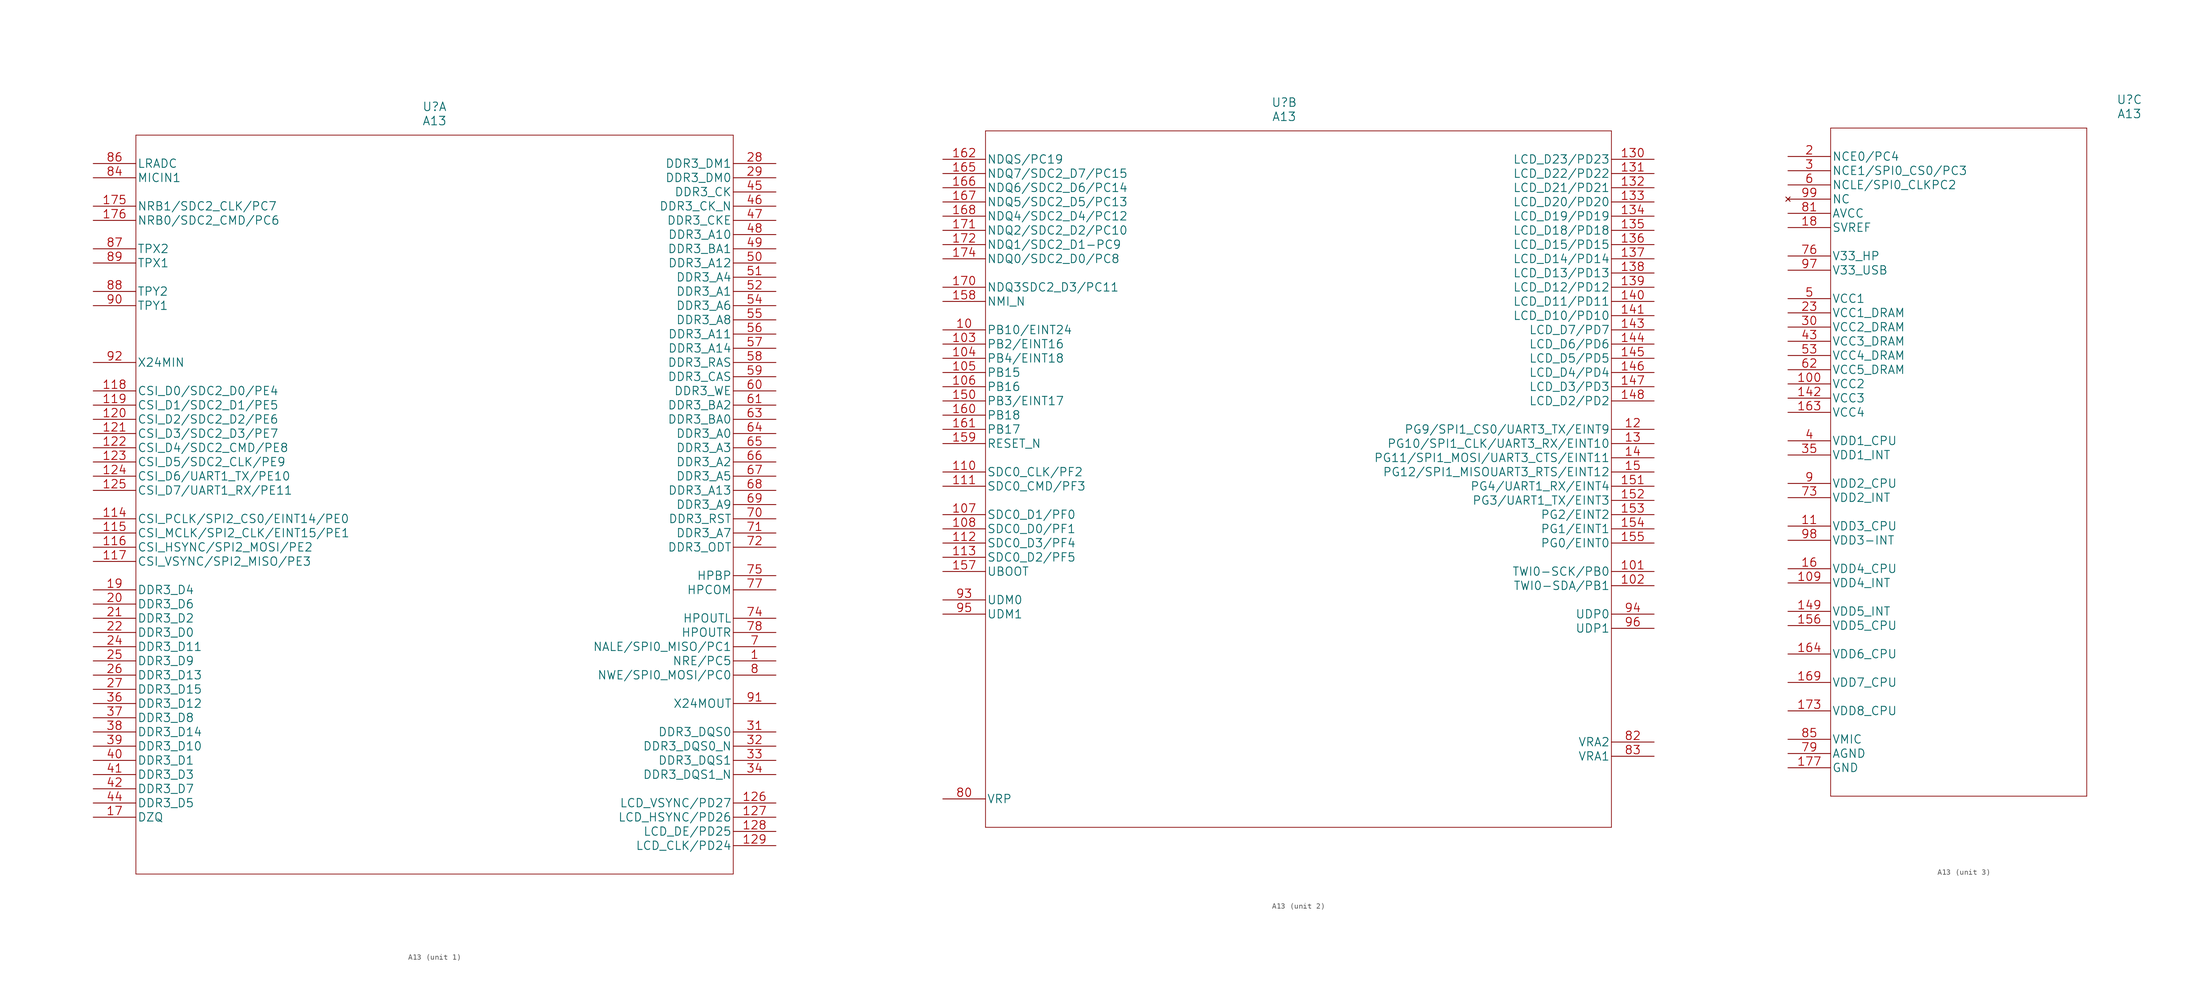
<source format=kicad_sym>
(kicad_symbol_lib
  (version 20201005)
  (generator kicad_symbol_editor)
  (symbol "a13_func:A13"
    (pin_names
      (offset 0.254))
    (property "Reference" "U"
      (at 60.96 10.16 0)
      (effects (font (size 1.524 1.524))))
    (property "Value" "A13"
      (at 60.96 7.62 0)
      (effects (font (size 1.524 1.524))))
    (property "Datasheet" ""
      (at 0 0 0)
      (effects (font (size 1.524 1.524))))
    (property "ki_locked" ""
      (at 0 0 0)
      (effects (font (size 1.27 1.27))))
    (symbol "A13_1_1"
      (polyline (pts (xy 7.62 -127) (xy 114.3 -127)) (stroke (width 0.127)) (fill (type none)))
      (polyline (pts (xy 7.62 5.08) (xy 7.62 -127)) (stroke (width 0.127)) (fill (type none)))
      (polyline (pts (xy 114.3 -127) (xy 114.3 5.08)) (stroke (width 0.127)) (fill (type none)))
      (polyline (pts (xy 114.3 5.08) (xy 7.62 5.08)) (stroke (width 0.127)) (fill (type none)))
      (pin output line (at 121.92 -88.9 180) (length 7.62) (name "NRE/PC5" (effects (font (size 1.499 1.499)))) (number "1" (effects (font (size 1.499 1.499)))))
      (pin bidirectional line (at 0 -63.5 0) (length 7.62) (name "CSI_PCLK/SPI2_CS0/EINT14/PE0" (effects (font (size 1.499 1.499)))) (number "114" (effects (font (size 1.499 1.499)))))
      (pin bidirectional line (at 0 -66.04 0) (length 7.62) (name "CSI_MCLK/SPI2_CLK/EINT15/PE1" (effects (font (size 1.499 1.499)))) (number "115" (effects (font (size 1.499 1.499)))))
      (pin bidirectional line (at 0 -68.58 0) (length 7.62) (name "CSI_HSYNC/SPI2_MOSI/PE2" (effects (font (size 1.499 1.499)))) (number "116" (effects (font (size 1.499 1.499)))))
      (pin bidirectional line (at 0 -71.12 0) (length 7.62) (name "CSI_VSYNC/SPI2_MISO/PE3" (effects (font (size 1.499 1.499)))) (number "117" (effects (font (size 1.499 1.499)))))
      (pin bidirectional line (at 0 -40.64 0) (length 7.62) (name "CSI_D0/SDC2_D0/PE4" (effects (font (size 1.499 1.499)))) (number "118" (effects (font (size 1.499 1.499)))))
      (pin bidirectional line (at 0 -43.18 0) (length 7.62) (name "CSI_D1/SDC2_D1/PE5" (effects (font (size 1.499 1.499)))) (number "119" (effects (font (size 1.499 1.499)))))
      (pin bidirectional line (at 0 -45.72 0) (length 7.62) (name "CSI_D2/SDC2_D2/PE6" (effects (font (size 1.499 1.499)))) (number "120" (effects (font (size 1.499 1.499)))))
      (pin bidirectional line (at 0 -48.26 0) (length 7.62) (name "CSI_D3/SDC2_D3/PE7" (effects (font (size 1.499 1.499)))) (number "121" (effects (font (size 1.499 1.499)))))
      (pin bidirectional line (at 0 -50.8 0) (length 7.62) (name "CSI_D4/SDC2_CMD/PE8" (effects (font (size 1.499 1.499)))) (number "122" (effects (font (size 1.499 1.499)))))
      (pin bidirectional line (at 0 -53.34 0) (length 7.62) (name "CSI_D5/SDC2_CLK/PE9" (effects (font (size 1.499 1.499)))) (number "123" (effects (font (size 1.499 1.499)))))
      (pin bidirectional line (at 0 -55.88 0) (length 7.62) (name "CSI_D6/UART1_TX/PE10" (effects (font (size 1.499 1.499)))) (number "124" (effects (font (size 1.499 1.499)))))
      (pin bidirectional line (at 0 -58.42 0) (length 7.62) (name "CSI_D7/UART1_RX/PE11" (effects (font (size 1.499 1.499)))) (number "125" (effects (font (size 1.499 1.499)))))
      (pin bidirectional line (at 121.92 -114.3 180) (length 7.62) (name "LCD_VSYNC/PD27" (effects (font (size 1.499 1.499)))) (number "126" (effects (font (size 1.499 1.499)))))
      (pin bidirectional line (at 121.92 -116.84 180) (length 7.62) (name "LCD_HSYNC/PD26" (effects (font (size 1.499 1.499)))) (number "127" (effects (font (size 1.499 1.499)))))
      (pin bidirectional line (at 121.92 -119.38 180) (length 7.62) (name "LCD_DE/PD25" (effects (font (size 1.499 1.499)))) (number "128" (effects (font (size 1.499 1.499)))))
      (pin bidirectional line (at 121.92 -121.92 180) (length 7.62) (name "LCD_CLK/PD24" (effects (font (size 1.499 1.499)))) (number "129" (effects (font (size 1.499 1.499)))))
      (pin unspecified line (at 0 -116.84 0) (length 7.62) (name "DZQ" (effects (font (size 1.499 1.499)))) (number "17" (effects (font (size 1.499 1.499)))))
      (pin input line (at 0 -7.62 0) (length 7.62) (name "NRB1/SDC2_CLK/PC7" (effects (font (size 1.499 1.499)))) (number "175" (effects (font (size 1.499 1.499)))))
      (pin input line (at 0 -10.16 0) (length 7.62) (name "NRB0/SDC2_CMD/PC6" (effects (font (size 1.499 1.499)))) (number "176" (effects (font (size 1.499 1.499)))))
      (pin bidirectional line (at 0 -76.2 0) (length 7.62) (name "DDR3_D4" (effects (font (size 1.499 1.499)))) (number "19" (effects (font (size 1.499 1.499)))))
      (pin bidirectional line (at 0 -78.74 0) (length 7.62) (name "DDR3_D6" (effects (font (size 1.499 1.499)))) (number "20" (effects (font (size 1.499 1.499)))))
      (pin bidirectional line (at 0 -81.28 0) (length 7.62) (name "DDR3_D2" (effects (font (size 1.499 1.499)))) (number "21" (effects (font (size 1.499 1.499)))))
      (pin bidirectional line (at 0 -83.82 0) (length 7.62) (name "DDR3_D0" (effects (font (size 1.499 1.499)))) (number "22" (effects (font (size 1.499 1.499)))))
      (pin bidirectional line (at 0 -86.36 0) (length 7.62) (name "DDR3_D11" (effects (font (size 1.499 1.499)))) (number "24" (effects (font (size 1.499 1.499)))))
      (pin bidirectional line (at 0 -88.9 0) (length 7.62) (name "DDR3_D9" (effects (font (size 1.499 1.499)))) (number "25" (effects (font (size 1.499 1.499)))))
      (pin bidirectional line (at 0 -91.44 0) (length 7.62) (name "DDR3_D13" (effects (font (size 1.499 1.499)))) (number "26" (effects (font (size 1.499 1.499)))))
      (pin bidirectional line (at 0 -93.98 0) (length 7.62) (name "DDR3_D15" (effects (font (size 1.499 1.499)))) (number "27" (effects (font (size 1.499 1.499)))))
      (pin output line (at 121.92 0 180) (length 7.62) (name "DDR3_DM1" (effects (font (size 1.499 1.499)))) (number "28" (effects (font (size 1.499 1.499)))))
      (pin output line (at 121.92 -2.54 180) (length 7.62) (name "DDR3_DM0" (effects (font (size 1.499 1.499)))) (number "29" (effects (font (size 1.499 1.499)))))
      (pin bidirectional line (at 121.92 -101.6 180) (length 7.62) (name "DDR3_DQS0" (effects (font (size 1.499 1.499)))) (number "31" (effects (font (size 1.499 1.499)))))
      (pin bidirectional line (at 121.92 -104.14 180) (length 7.62) (name "DDR3_DQS0_N" (effects (font (size 1.499 1.499)))) (number "32" (effects (font (size 1.499 1.499)))))
      (pin bidirectional line (at 121.92 -106.68 180) (length 7.62) (name "DDR3_DQS1" (effects (font (size 1.499 1.499)))) (number "33" (effects (font (size 1.499 1.499)))))
      (pin bidirectional line (at 121.92 -109.22 180) (length 7.62) (name "DDR3_DQS1_N" (effects (font (size 1.499 1.499)))) (number "34" (effects (font (size 1.499 1.499)))))
      (pin bidirectional line (at 0 -96.52 0) (length 7.62) (name "DDR3_D12" (effects (font (size 1.499 1.499)))) (number "36" (effects (font (size 1.499 1.499)))))
      (pin bidirectional line (at 0 -99.06 0) (length 7.62) (name "DDR3_D8" (effects (font (size 1.499 1.499)))) (number "37" (effects (font (size 1.499 1.499)))))
      (pin bidirectional line (at 0 -101.6 0) (length 7.62) (name "DDR3_D14" (effects (font (size 1.499 1.499)))) (number "38" (effects (font (size 1.499 1.499)))))
      (pin bidirectional line (at 0 -104.14 0) (length 7.62) (name "DDR3_D10" (effects (font (size 1.499 1.499)))) (number "39" (effects (font (size 1.499 1.499)))))
      (pin bidirectional line (at 0 -106.68 0) (length 7.62) (name "DDR3_D1" (effects (font (size 1.499 1.499)))) (number "40" (effects (font (size 1.499 1.499)))))
      (pin bidirectional line (at 0 -109.22 0) (length 7.62) (name "DDR3_D3" (effects (font (size 1.499 1.499)))) (number "41" (effects (font (size 1.499 1.499)))))
      (pin bidirectional line (at 0 -111.76 0) (length 7.62) (name "DDR3_D7" (effects (font (size 1.499 1.499)))) (number "42" (effects (font (size 1.499 1.499)))))
      (pin bidirectional line (at 0 -114.3 0) (length 7.62) (name "DDR3_D5" (effects (font (size 1.499 1.499)))) (number "44" (effects (font (size 1.499 1.499)))))
      (pin output line (at 121.92 -5.08 180) (length 7.62) (name "DDR3_CK" (effects (font (size 1.499 1.499)))) (number "45" (effects (font (size 1.499 1.499)))))
      (pin output line (at 121.92 -7.62 180) (length 7.62) (name "DDR3_CK_N" (effects (font (size 1.499 1.499)))) (number "46" (effects (font (size 1.499 1.499)))))
      (pin output line (at 121.92 -10.16 180) (length 7.62) (name "DDR3_CKE" (effects (font (size 1.499 1.499)))) (number "47" (effects (font (size 1.499 1.499)))))
      (pin output line (at 121.92 -12.7 180) (length 7.62) (name "DDR3_A10" (effects (font (size 1.499 1.499)))) (number "48" (effects (font (size 1.499 1.499)))))
      (pin output line (at 121.92 -15.24 180) (length 7.62) (name "DDR3_BA1" (effects (font (size 1.499 1.499)))) (number "49" (effects (font (size 1.499 1.499)))))
      (pin output line (at 121.92 -17.78 180) (length 7.62) (name "DDR3_A12" (effects (font (size 1.499 1.499)))) (number "50" (effects (font (size 1.499 1.499)))))
      (pin output line (at 121.92 -20.32 180) (length 7.62) (name "DDR3_A4" (effects (font (size 1.499 1.499)))) (number "51" (effects (font (size 1.499 1.499)))))
      (pin output line (at 121.92 -22.86 180) (length 7.62) (name "DDR3_A1" (effects (font (size 1.499 1.499)))) (number "52" (effects (font (size 1.499 1.499)))))
      (pin output line (at 121.92 -25.4 180) (length 7.62) (name "DDR3_A6" (effects (font (size 1.499 1.499)))) (number "54" (effects (font (size 1.499 1.499)))))
      (pin output line (at 121.92 -27.94 180) (length 7.62) (name "DDR3_A8" (effects (font (size 1.499 1.499)))) (number "55" (effects (font (size 1.499 1.499)))))
      (pin output line (at 121.92 -30.48 180) (length 7.62) (name "DDR3_A11" (effects (font (size 1.499 1.499)))) (number "56" (effects (font (size 1.499 1.499)))))
      (pin output line (at 121.92 -33.02 180) (length 7.62) (name "DDR3_A14" (effects (font (size 1.499 1.499)))) (number "57" (effects (font (size 1.499 1.499)))))
      (pin output line (at 121.92 -35.56 180) (length 7.62) (name "DDR3_RAS" (effects (font (size 1.499 1.499)))) (number "58" (effects (font (size 1.499 1.499)))))
      (pin output line (at 121.92 -38.1 180) (length 7.62) (name "DDR3_CAS" (effects (font (size 1.499 1.499)))) (number "59" (effects (font (size 1.499 1.499)))))
      (pin output line (at 121.92 -40.64 180) (length 7.62) (name "DDR3_WE" (effects (font (size 1.499 1.499)))) (number "60" (effects (font (size 1.499 1.499)))))
      (pin output line (at 121.92 -43.18 180) (length 7.62) (name "DDR3_BA2" (effects (font (size 1.499 1.499)))) (number "61" (effects (font (size 1.499 1.499)))))
      (pin output line (at 121.92 -45.72 180) (length 7.62) (name "DDR3_BA0" (effects (font (size 1.499 1.499)))) (number "63" (effects (font (size 1.499 1.499)))))
      (pin output line (at 121.92 -48.26 180) (length 7.62) (name "DDR3_A0" (effects (font (size 1.499 1.499)))) (number "64" (effects (font (size 1.499 1.499)))))
      (pin output line (at 121.92 -50.8 180) (length 7.62) (name "DDR3_A3" (effects (font (size 1.499 1.499)))) (number "65" (effects (font (size 1.499 1.499)))))
      (pin output line (at 121.92 -53.34 180) (length 7.62) (name "DDR3_A2" (effects (font (size 1.499 1.499)))) (number "66" (effects (font (size 1.499 1.499)))))
      (pin output line (at 121.92 -55.88 180) (length 7.62) (name "DDR3_A5" (effects (font (size 1.499 1.499)))) (number "67" (effects (font (size 1.499 1.499)))))
      (pin output line (at 121.92 -58.42 180) (length 7.62) (name "DDR3_A13" (effects (font (size 1.499 1.499)))) (number "68" (effects (font (size 1.499 1.499)))))
      (pin output line (at 121.92 -60.96 180) (length 7.62) (name "DDR3_A9" (effects (font (size 1.499 1.499)))) (number "69" (effects (font (size 1.499 1.499)))))
      (pin output line (at 121.92 -86.36 180) (length 7.62) (name "NALE/SPI0_MISO/PC1" (effects (font (size 1.499 1.499)))) (number "7" (effects (font (size 1.499 1.499)))))
      (pin output line (at 121.92 -63.5 180) (length 7.62) (name "DDR3_RST" (effects (font (size 1.499 1.499)))) (number "70" (effects (font (size 1.499 1.499)))))
      (pin output line (at 121.92 -66.04 180) (length 7.62) (name "DDR3_A7" (effects (font (size 1.499 1.499)))) (number "71" (effects (font (size 1.499 1.499)))))
      (pin output line (at 121.92 -68.58 180) (length 7.62) (name "DDR3_ODT" (effects (font (size 1.499 1.499)))) (number "72" (effects (font (size 1.499 1.499)))))
      (pin output line (at 121.92 -81.28 180) (length 7.62) (name "HPOUTL" (effects (font (size 1.499 1.499)))) (number "74" (effects (font (size 1.499 1.499)))))
      (pin output line (at 121.92 -73.66 180) (length 7.62) (name "HPBP" (effects (font (size 1.499 1.499)))) (number "75" (effects (font (size 1.499 1.499)))))
      (pin output line (at 121.92 -76.2 180) (length 7.62) (name "HPCOM" (effects (font (size 1.499 1.499)))) (number "77" (effects (font (size 1.499 1.499)))))
      (pin output line (at 121.92 -83.82 180) (length 7.62) (name "HPOUTR" (effects (font (size 1.499 1.499)))) (number "78" (effects (font (size 1.499 1.499)))))
      (pin output line (at 121.92 -91.44 180) (length 7.62) (name "NWE/SPI0_MOSI/PC0" (effects (font (size 1.499 1.499)))) (number "8" (effects (font (size 1.499 1.499)))))
      (pin input line (at 0 -2.54 0) (length 7.62) (name "MICIN1" (effects (font (size 1.499 1.499)))) (number "84" (effects (font (size 1.499 1.499)))))
      (pin input line (at 0 0 0) (length 7.62) (name "LRADC" (effects (font (size 1.499 1.499)))) (number "86" (effects (font (size 1.499 1.499)))))
      (pin input line (at 0 -15.24 0) (length 7.62) (name "TPX2" (effects (font (size 1.499 1.499)))) (number "87" (effects (font (size 1.499 1.499)))))
      (pin input line (at 0 -22.86 0) (length 7.62) (name "TPY2" (effects (font (size 1.499 1.499)))) (number "88" (effects (font (size 1.499 1.499)))))
      (pin input line (at 0 -17.78 0) (length 7.62) (name "TPX1" (effects (font (size 1.499 1.499)))) (number "89" (effects (font (size 1.499 1.499)))))
      (pin input line (at 0 -25.4 0) (length 7.62) (name "TPY1" (effects (font (size 1.499 1.499)))) (number "90" (effects (font (size 1.499 1.499)))))
      (pin output line (at 121.92 -96.52 180) (length 7.62) (name "X24MOUT" (effects (font (size 1.499 1.499)))) (number "91" (effects (font (size 1.499 1.499)))))
      (pin input line (at 0 -35.56 0) (length 7.62) (name "X24MIN" (effects (font (size 1.499 1.499)))) (number "92" (effects (font (size 1.499 1.499))))))
    (symbol "A13_2_1"
      (polyline (pts (xy 7.62 -119.38) (xy 119.38 -119.38)) (stroke (width 0.127)) (fill (type none)))
      (polyline (pts (xy 7.62 5.08) (xy 7.62 -119.38)) (stroke (width 0.127)) (fill (type none)))
      (polyline (pts (xy 119.38 -119.38) (xy 119.38 5.08)) (stroke (width 0.127)) (fill (type none)))
      (polyline (pts (xy 119.38 5.08) (xy 7.62 5.08)) (stroke (width 0.127)) (fill (type none)))
      (pin bidirectional line (at 0 -30.48 0) (length 7.62) (name "PB10/EINT24" (effects (font (size 1.499 1.499)))) (number "10" (effects (font (size 1.499 1.499)))))
      (pin bidirectional line (at 127 -73.66 180) (length 7.62) (name "TWI0-SCK/PB0" (effects (font (size 1.499 1.499)))) (number "101" (effects (font (size 1.499 1.499)))))
      (pin bidirectional line (at 127 -76.2 180) (length 7.62) (name "TWI0-SDA/PB1" (effects (font (size 1.499 1.499)))) (number "102" (effects (font (size 1.499 1.499)))))
      (pin bidirectional line (at 0 -33.02 0) (length 7.62) (name "PB2/EINT16" (effects (font (size 1.499 1.499)))) (number "103" (effects (font (size 1.499 1.499)))))
      (pin bidirectional line (at 0 -35.56 0) (length 7.62) (name "PB4/EINT18" (effects (font (size 1.499 1.499)))) (number "104" (effects (font (size 1.499 1.499)))))
      (pin bidirectional line (at 0 -38.1 0) (length 7.62) (name "PB15" (effects (font (size 1.499 1.499)))) (number "105" (effects (font (size 1.499 1.499)))))
      (pin bidirectional line (at 0 -40.64 0) (length 7.62) (name "PB16" (effects (font (size 1.499 1.499)))) (number "106" (effects (font (size 1.499 1.499)))))
      (pin bidirectional line (at 0 -63.5 0) (length 7.62) (name "SDC0_D1/PF0" (effects (font (size 1.499 1.499)))) (number "107" (effects (font (size 1.499 1.499)))))
      (pin bidirectional line (at 0 -66.04 0) (length 7.62) (name "SDC0_D0/PF1" (effects (font (size 1.499 1.499)))) (number "108" (effects (font (size 1.499 1.499)))))
      (pin bidirectional line (at 0 -55.88 0) (length 7.62) (name "SDC0_CLK/PF2" (effects (font (size 1.499 1.499)))) (number "110" (effects (font (size 1.499 1.499)))))
      (pin bidirectional line (at 0 -58.42 0) (length 7.62) (name "SDC0_CMD/PF3" (effects (font (size 1.499 1.499)))) (number "111" (effects (font (size 1.499 1.499)))))
      (pin bidirectional line (at 0 -68.58 0) (length 7.62) (name "SDC0_D3/PF4" (effects (font (size 1.499 1.499)))) (number "112" (effects (font (size 1.499 1.499)))))
      (pin bidirectional line (at 0 -71.12 0) (length 7.62) (name "SDC0_D2/PF5" (effects (font (size 1.499 1.499)))) (number "113" (effects (font (size 1.499 1.499)))))
      (pin bidirectional line (at 127 -48.26 180) (length 7.62) (name "PG9/SPI1_CS0/UART3_TX/EINT9" (effects (font (size 1.499 1.499)))) (number "12" (effects (font (size 1.499 1.499)))))
      (pin bidirectional line (at 127 -50.8 180) (length 7.62) (name "PG10/SPI1_CLK/UART3_RX/EINT10" (effects (font (size 1.499 1.499)))) (number "13" (effects (font (size 1.499 1.499)))))
      (pin bidirectional line (at 127 0 180) (length 7.62) (name "LCD_D23/PD23" (effects (font (size 1.499 1.499)))) (number "130" (effects (font (size 1.499 1.499)))))
      (pin bidirectional line (at 127 -2.54 180) (length 7.62) (name "LCD_D22/PD22" (effects (font (size 1.499 1.499)))) (number "131" (effects (font (size 1.499 1.499)))))
      (pin bidirectional line (at 127 -5.08 180) (length 7.62) (name "LCD_D21/PD21" (effects (font (size 1.499 1.499)))) (number "132" (effects (font (size 1.499 1.499)))))
      (pin bidirectional line (at 127 -7.62 180) (length 7.62) (name "LCD_D20/PD20" (effects (font (size 1.499 1.499)))) (number "133" (effects (font (size 1.499 1.499)))))
      (pin bidirectional line (at 127 -10.16 180) (length 7.62) (name "LCD_D19/PD19" (effects (font (size 1.499 1.499)))) (number "134" (effects (font (size 1.499 1.499)))))
      (pin bidirectional line (at 127 -12.7 180) (length 7.62) (name "LCD_D18/PD18" (effects (font (size 1.499 1.499)))) (number "135" (effects (font (size 1.499 1.499)))))
      (pin bidirectional line (at 127 -15.24 180) (length 7.62) (name "LCD_D15/PD15" (effects (font (size 1.499 1.499)))) (number "136" (effects (font (size 1.499 1.499)))))
      (pin bidirectional line (at 127 -17.78 180) (length 7.62) (name "LCD_D14/PD14" (effects (font (size 1.499 1.499)))) (number "137" (effects (font (size 1.499 1.499)))))
      (pin bidirectional line (at 127 -20.32 180) (length 7.62) (name "LCD_D13/PD13" (effects (font (size 1.499 1.499)))) (number "138" (effects (font (size 1.499 1.499)))))
      (pin bidirectional line (at 127 -22.86 180) (length 7.62) (name "LCD_D12/PD12" (effects (font (size 1.499 1.499)))) (number "139" (effects (font (size 1.499 1.499)))))
      (pin bidirectional line (at 127 -53.34 180) (length 7.62) (name "PG11/SPI1_MOSI/UART3_CTS/EINT11" (effects (font (size 1.499 1.499)))) (number "14" (effects (font (size 1.499 1.499)))))
      (pin bidirectional line (at 127 -25.4 180) (length 7.62) (name "LCD_D11/PD11" (effects (font (size 1.499 1.499)))) (number "140" (effects (font (size 1.499 1.499)))))
      (pin bidirectional line (at 127 -27.94 180) (length 7.62) (name "LCD_D10/PD10" (effects (font (size 1.499 1.499)))) (number "141" (effects (font (size 1.499 1.499)))))
      (pin bidirectional line (at 127 -30.48 180) (length 7.62) (name "LCD_D7/PD7" (effects (font (size 1.499 1.499)))) (number "143" (effects (font (size 1.499 1.499)))))
      (pin bidirectional line (at 127 -33.02 180) (length 7.62) (name "LCD_D6/PD6" (effects (font (size 1.499 1.499)))) (number "144" (effects (font (size 1.499 1.499)))))
      (pin bidirectional line (at 127 -35.56 180) (length 7.62) (name "LCD_D5/PD5" (effects (font (size 1.499 1.499)))) (number "145" (effects (font (size 1.499 1.499)))))
      (pin bidirectional line (at 127 -38.1 180) (length 7.62) (name "LCD_D4/PD4" (effects (font (size 1.499 1.499)))) (number "146" (effects (font (size 1.499 1.499)))))
      (pin bidirectional line (at 127 -40.64 180) (length 7.62) (name "LCD_D3/PD3" (effects (font (size 1.499 1.499)))) (number "147" (effects (font (size 1.499 1.499)))))
      (pin bidirectional line (at 127 -43.18 180) (length 7.62) (name "LCD_D2/PD2" (effects (font (size 1.499 1.499)))) (number "148" (effects (font (size 1.499 1.499)))))
      (pin bidirectional line (at 127 -55.88 180) (length 7.62) (name "PG12/SPI1_MISOUART3_RTS/EINT12" (effects (font (size 1.499 1.499)))) (number "15" (effects (font (size 1.499 1.499)))))
      (pin bidirectional line (at 0 -43.18 0) (length 7.62) (name "PB3/EINT17" (effects (font (size 1.499 1.499)))) (number "150" (effects (font (size 1.499 1.499)))))
      (pin bidirectional line (at 127 -58.42 180) (length 7.62) (name "PG4/UART1_RX/EINT4" (effects (font (size 1.499 1.499)))) (number "151" (effects (font (size 1.499 1.499)))))
      (pin bidirectional line (at 127 -60.96 180) (length 7.62) (name "PG3/UART1_TX/EINT3" (effects (font (size 1.499 1.499)))) (number "152" (effects (font (size 1.499 1.499)))))
      (pin bidirectional line (at 127 -63.5 180) (length 7.62) (name "PG2/EINT2" (effects (font (size 1.499 1.499)))) (number "153" (effects (font (size 1.499 1.499)))))
      (pin bidirectional line (at 127 -66.04 180) (length 7.62) (name "PG1/EINT1" (effects (font (size 1.499 1.499)))) (number "154" (effects (font (size 1.499 1.499)))))
      (pin bidirectional line (at 127 -68.58 180) (length 7.62) (name "PG0/EINT0" (effects (font (size 1.499 1.499)))) (number "155" (effects (font (size 1.499 1.499)))))
      (pin bidirectional line (at 0 -73.66 0) (length 7.62) (name "UBOOT" (effects (font (size 1.499 1.499)))) (number "157" (effects (font (size 1.499 1.499)))))
      (pin unspecified line (at 0 -25.4 0) (length 7.62) (name "NMI_N" (effects (font (size 1.499 1.499)))) (number "158" (effects (font (size 1.499 1.499)))))
      (pin unspecified line (at 0 -50.8 0) (length 7.62) (name "RESET_N" (effects (font (size 1.499 1.499)))) (number "159" (effects (font (size 1.499 1.499)))))
      (pin bidirectional line (at 0 -45.72 0) (length 7.62) (name "PB18" (effects (font (size 1.499 1.499)))) (number "160" (effects (font (size 1.499 1.499)))))
      (pin bidirectional line (at 0 -48.26 0) (length 7.62) (name "PB17" (effects (font (size 1.499 1.499)))) (number "161" (effects (font (size 1.499 1.499)))))
      (pin bidirectional line (at 0 0 0) (length 7.62) (name "NDQS/PC19" (effects (font (size 1.499 1.499)))) (number "162" (effects (font (size 1.499 1.499)))))
      (pin bidirectional line (at 0 -2.54 0) (length 7.62) (name "NDQ7/SDC2_D7/PC15" (effects (font (size 1.499 1.499)))) (number "165" (effects (font (size 1.499 1.499)))))
      (pin bidirectional line (at 0 -5.08 0) (length 7.62) (name "NDQ6/SDC2_D6/PC14" (effects (font (size 1.499 1.499)))) (number "166" (effects (font (size 1.499 1.499)))))
      (pin bidirectional line (at 0 -7.62 0) (length 7.62) (name "NDQ5/SDC2_D5/PC13" (effects (font (size 1.499 1.499)))) (number "167" (effects (font (size 1.499 1.499)))))
      (pin bidirectional line (at 0 -10.16 0) (length 7.62) (name "NDQ4/SDC2_D4/PC12" (effects (font (size 1.499 1.499)))) (number "168" (effects (font (size 1.499 1.499)))))
      (pin bidirectional line (at 0 -22.86 0) (length 7.62) (name "NDQ3SDC2_D3/PC11" (effects (font (size 1.499 1.499)))) (number "170" (effects (font (size 1.499 1.499)))))
      (pin bidirectional line (at 0 -12.7 0) (length 7.62) (name "NDQ2/SDC2_D2/PC10" (effects (font (size 1.499 1.499)))) (number "171" (effects (font (size 1.499 1.499)))))
      (pin bidirectional line (at 0 -15.24 0) (length 7.62) (name "NDQ1/SDC2_D1-PC9" (effects (font (size 1.499 1.499)))) (number "172" (effects (font (size 1.499 1.499)))))
      (pin bidirectional line (at 0 -17.78 0) (length 7.62) (name "NDQ0/SDC2_D0/PC8" (effects (font (size 1.499 1.499)))) (number "174" (effects (font (size 1.499 1.499)))))
      (pin unspecified line (at 0 -114.3 0) (length 7.62) (name "VRP" (effects (font (size 1.499 1.499)))) (number "80" (effects (font (size 1.499 1.499)))))
      (pin unspecified line (at 127 -104.14 180) (length 7.62) (name "VRA2" (effects (font (size 1.499 1.499)))) (number "82" (effects (font (size 1.499 1.499)))))
      (pin unspecified line (at 127 -106.68 180) (length 7.62) (name "VRA1" (effects (font (size 1.499 1.499)))) (number "83" (effects (font (size 1.499 1.499)))))
      (pin bidirectional line (at 0 -78.74 0) (length 7.62) (name "UDM0" (effects (font (size 1.499 1.499)))) (number "93" (effects (font (size 1.499 1.499)))))
      (pin bidirectional line (at 127 -81.28 180) (length 7.62) (name "UDP0" (effects (font (size 1.499 1.499)))) (number "94" (effects (font (size 1.499 1.499)))))
      (pin bidirectional line (at 0 -81.28 0) (length 7.62) (name "UDM1" (effects (font (size 1.499 1.499)))) (number "95" (effects (font (size 1.499 1.499)))))
      (pin bidirectional line (at 127 -83.82 180) (length 7.62) (name "UDP1" (effects (font (size 1.499 1.499)))) (number "96" (effects (font (size 1.499 1.499))))))
    (symbol "A13_3_1"
      (polyline (pts (xy 7.62 -114.3) (xy 53.34 -114.3)) (stroke (width 0.127)) (fill (type none)))
      (polyline (pts (xy 7.62 5.08) (xy 7.62 -114.3)) (stroke (width 0.127)) (fill (type none)))
      (polyline (pts (xy 53.34 -114.3) (xy 53.34 5.08)) (stroke (width 0.127)) (fill (type none)))
      (polyline (pts (xy 53.34 5.08) (xy 7.62 5.08)) (stroke (width 0.127)) (fill (type none)))
      (pin power_in line (at 0 -40.64 0) (length 7.62) (name "VCC2" (effects (font (size 1.499 1.499)))) (number "100" (effects (font (size 1.499 1.499)))))
      (pin power_in line (at 0 -76.2 0) (length 7.62) (name "VDD4_INT" (effects (font (size 1.499 1.499)))) (number "109" (effects (font (size 1.499 1.499)))))
      (pin power_in line (at 0 -66.04 0) (length 7.62) (name "VDD3_CPU" (effects (font (size 1.499 1.499)))) (number "11" (effects (font (size 1.499 1.499)))))
      (pin power_in line (at 0 -43.18 0) (length 7.62) (name "VCC3" (effects (font (size 1.499 1.499)))) (number "142" (effects (font (size 1.499 1.499)))))
      (pin power_in line (at 0 -81.28 0) (length 7.62) (name "VDD5_INT" (effects (font (size 1.499 1.499)))) (number "149" (effects (font (size 1.499 1.499)))))
      (pin power_in line (at 0 -83.82 0) (length 7.62) (name "VDD5_CPU" (effects (font (size 1.499 1.499)))) (number "156" (effects (font (size 1.499 1.499)))))
      (pin power_in line (at 0 -73.66 0) (length 7.62) (name "VDD4_CPU" (effects (font (size 1.499 1.499)))) (number "16" (effects (font (size 1.499 1.499)))))
      (pin power_in line (at 0 -45.72 0) (length 7.62) (name "VCC4" (effects (font (size 1.499 1.499)))) (number "163" (effects (font (size 1.499 1.499)))))
      (pin power_in line (at 0 -88.9 0) (length 7.62) (name "VDD6_CPU" (effects (font (size 1.499 1.499)))) (number "164" (effects (font (size 1.499 1.499)))))
      (pin power_in line (at 0 -93.98 0) (length 7.62) (name "VDD7_CPU" (effects (font (size 1.499 1.499)))) (number "169" (effects (font (size 1.499 1.499)))))
      (pin power_in line (at 0 -99.06 0) (length 7.62) (name "VDD8_CPU" (effects (font (size 1.499 1.499)))) (number "173" (effects (font (size 1.499 1.499)))))
      (pin power_in line (at 0 -109.22 0) (length 7.62) (name "GND" (effects (font (size 1.499 1.499)))) (number "177" (effects (font (size 1.499 1.499)))))
      (pin power_in line (at 0 -12.7 0) (length 7.62) (name "SVREF" (effects (font (size 1.499 1.499)))) (number "18" (effects (font (size 1.499 1.499)))))
      (pin output line (at 0 0 0) (length 7.62) (name "NCE0/PC4" (effects (font (size 1.499 1.499)))) (number "2" (effects (font (size 1.499 1.499)))))
      (pin power_in line (at 0 -27.94 0) (length 7.62) (name "VCC1_DRAM" (effects (font (size 1.499 1.499)))) (number "23" (effects (font (size 1.499 1.499)))))
      (pin output line (at 0 -2.54 0) (length 7.62) (name "NCE1/SPI0_CS0/PC3" (effects (font (size 1.499 1.499)))) (number "3" (effects (font (size 1.499 1.499)))))
      (pin power_in line (at 0 -30.48 0) (length 7.62) (name "VCC2_DRAM" (effects (font (size 1.499 1.499)))) (number "30" (effects (font (size 1.499 1.499)))))
      (pin power_in line (at 0 -53.34 0) (length 7.62) (name "VDD1_INT" (effects (font (size 1.499 1.499)))) (number "35" (effects (font (size 1.499 1.499)))))
      (pin power_in line (at 0 -50.8 0) (length 7.62) (name "VDD1_CPU" (effects (font (size 1.499 1.499)))) (number "4" (effects (font (size 1.499 1.499)))))
      (pin power_in line (at 0 -33.02 0) (length 7.62) (name "VCC3_DRAM" (effects (font (size 1.499 1.499)))) (number "43" (effects (font (size 1.499 1.499)))))
      (pin power_in line (at 0 -25.4 0) (length 7.62) (name "VCC1" (effects (font (size 1.499 1.499)))) (number "5" (effects (font (size 1.499 1.499)))))
      (pin power_in line (at 0 -35.56 0) (length 7.62) (name "VCC4_DRAM" (effects (font (size 1.499 1.499)))) (number "53" (effects (font (size 1.499 1.499)))))
      (pin output line (at 0 -5.08 0) (length 7.62) (name "NCLE/SPI0_CLKPC2" (effects (font (size 1.499 1.499)))) (number "6" (effects (font (size 1.499 1.499)))))
      (pin power_in line (at 0 -38.1 0) (length 7.62) (name "VCC5_DRAM" (effects (font (size 1.499 1.499)))) (number "62" (effects (font (size 1.499 1.499)))))
      (pin power_in line (at 0 -60.96 0) (length 7.62) (name "VDD2_INT" (effects (font (size 1.499 1.499)))) (number "73" (effects (font (size 1.499 1.499)))))
      (pin power_in line (at 0 -17.78 0) (length 7.62) (name "V33_HP" (effects (font (size 1.499 1.499)))) (number "76" (effects (font (size 1.499 1.499)))))
      (pin power_in line (at 0 -106.68 0) (length 7.62) (name "AGND" (effects (font (size 1.499 1.499)))) (number "79" (effects (font (size 1.499 1.499)))))
      (pin power_in line (at 0 -10.16 0) (length 7.62) (name "AVCC" (effects (font (size 1.499 1.499)))) (number "81" (effects (font (size 1.499 1.499)))))
      (pin power_in line (at 0 -104.14 0) (length 7.62) (name "VMIC" (effects (font (size 1.499 1.499)))) (number "85" (effects (font (size 1.499 1.499)))))
      (pin power_in line (at 0 -58.42 0) (length 7.62) (name "VDD2_CPU" (effects (font (size 1.499 1.499)))) (number "9" (effects (font (size 1.499 1.499)))))
      (pin power_in line (at 0 -20.32 0) (length 7.62) (name "V33_USB" (effects (font (size 1.499 1.499)))) (number "97" (effects (font (size 1.499 1.499)))))
      (pin power_in line (at 0 -68.58 0) (length 7.62) (name "VDD3-INT" (effects (font (size 1.499 1.499)))) (number "98" (effects (font (size 1.499 1.499)))))
      (pin no_connect line (at 0 -7.62 0) (length 7.62) (name "NC" (effects (font (size 1.499 1.499)))) (number "99" (effects (font (size 1.499 1.499))))))))
</source>
